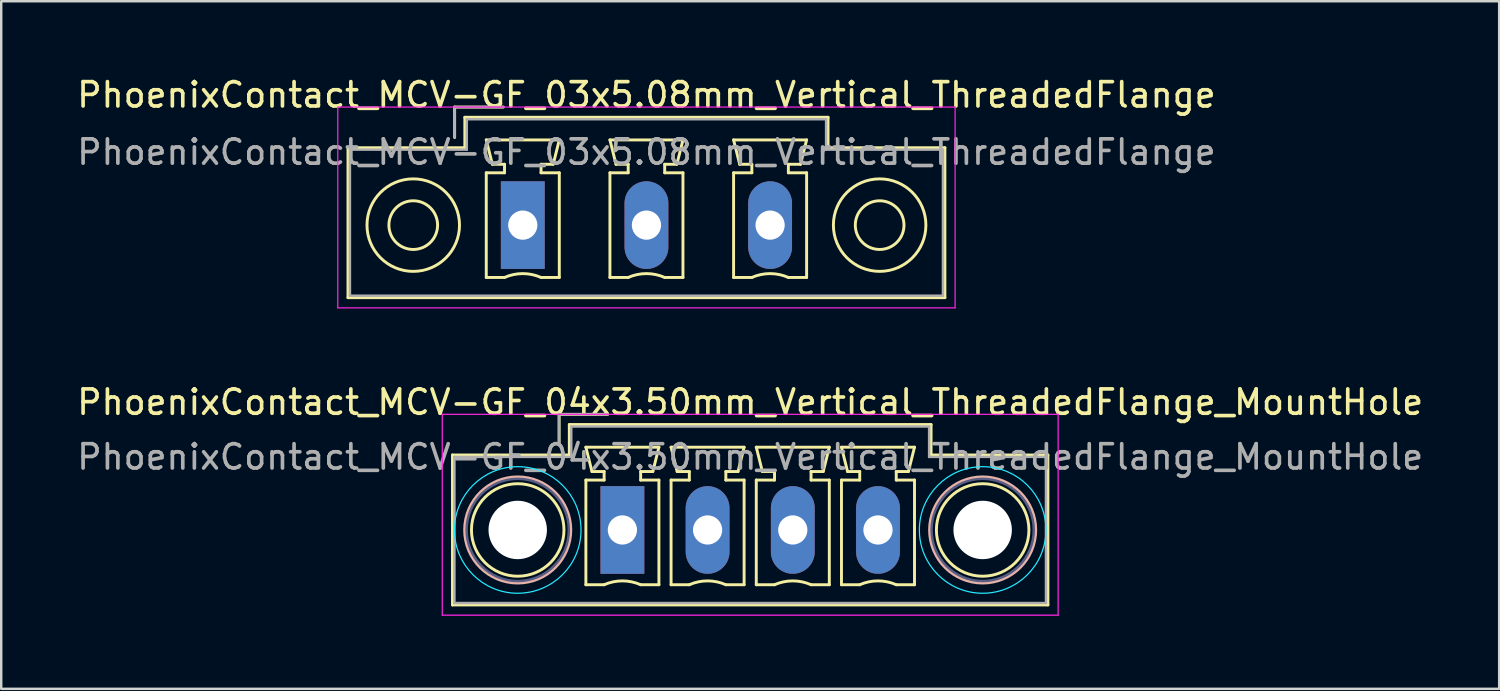
<source format=kicad_pcb>
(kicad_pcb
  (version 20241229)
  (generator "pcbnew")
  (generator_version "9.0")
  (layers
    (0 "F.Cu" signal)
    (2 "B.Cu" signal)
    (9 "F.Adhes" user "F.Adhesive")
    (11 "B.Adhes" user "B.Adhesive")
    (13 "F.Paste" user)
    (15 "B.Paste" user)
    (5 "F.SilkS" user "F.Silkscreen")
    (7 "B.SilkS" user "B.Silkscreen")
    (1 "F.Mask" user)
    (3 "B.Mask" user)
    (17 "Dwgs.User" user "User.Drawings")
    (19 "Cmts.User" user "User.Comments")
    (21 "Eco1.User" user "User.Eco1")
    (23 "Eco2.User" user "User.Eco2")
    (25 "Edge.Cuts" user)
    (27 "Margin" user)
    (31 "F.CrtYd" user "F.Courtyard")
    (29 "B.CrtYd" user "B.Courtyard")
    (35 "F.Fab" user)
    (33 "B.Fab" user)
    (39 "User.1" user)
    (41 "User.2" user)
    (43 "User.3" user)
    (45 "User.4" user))
  (footprint "PhoenixContact_MCV-GF_04x3.50mm_Vertical_ThreadedFlange_MountHole"
    (layer "F.Cu")
    (at 22.518 18.721)
    (property "Reference" "PhoenixContact_MCV-GF_04x3.50mm_Vertical_ThreadedFlange_MountHole" (at 5.25 -5.25 0) (layer "F.SilkS") (effects (font (size 1 1) (thickness 0.15))))
    (attr through_hole)
    (fp_line (start -6.98 -3.08) (end -6.98 3.08) (stroke (width 0.12) (type solid)) (layer "F.SilkS"))
    (fp_line (start -6.98 3.08) (end 17.48 3.08) (stroke (width 0.12) (type solid)) (layer "F.SilkS"))
    (fp_line (start -2.6 -4.75) (end -0.6 -4.75) (stroke (width 0.12) (type solid)) (layer "F.SilkS"))
    (fp_line (start -2.6 -3.5) (end -2.6 -4.75) (stroke (width 0.12) (type solid)) (layer "F.SilkS"))
    (fp_line (start -2.18 -4.33) (end -2.18 -3.08) (stroke (width 0.12) (type solid)) (layer "F.SilkS"))
    (fp_line (start -2.18 -3.08) (end -6.98 -3.08) (stroke (width 0.12) (type solid)) (layer "F.SilkS"))
    (fp_line (start -1.5 -3.4) (end 1.5 -3.4) (stroke (width 0.12) (type solid)) (layer "F.SilkS"))
    (fp_line (start -1.5 -2.05) (end -0.75 -2.05) (stroke (width 0.12) (type solid)) (layer "F.SilkS"))
    (fp_line (start -1.5 2.25) (end -1.5 -2.05) (stroke (width 0.12) (type solid)) (layer "F.SilkS"))
    (fp_line (start -1.25 -2.4) (end -1.5 -3.4) (stroke (width 0.12) (type solid)) (layer "F.SilkS"))
    (fp_line (start -0.75 -2.4) (end -1.25 -2.4) (stroke (width 0.12) (type solid)) (layer "F.SilkS"))
    (fp_line (start -0.75 -2.05) (end -0.75 -2.4) (stroke (width 0.12) (type solid)) (layer "F.SilkS"))
    (fp_line (start -0.75 2.25) (end -1.5 2.25) (stroke (width 0.12) (type solid)) (layer "F.SilkS"))
    (fp_line (start 0.75 -2.4) (end 0.75 -2.05) (stroke (width 0.12) (type solid)) (layer "F.SilkS"))
    (fp_line (start 0.75 -2.05) (end 1.5 -2.05) (stroke (width 0.12) (type solid)) (layer "F.SilkS"))
    (fp_line (start 1.25 -2.4) (end 0.75 -2.4) (stroke (width 0.12) (type solid)) (layer "F.SilkS"))
    (fp_line (start 1.5 -3.4) (end 1.25 -2.4) (stroke (width 0.12) (type solid)) (layer "F.SilkS"))
    (fp_line (start 1.5 -2.05) (end 1.5 2.25) (stroke (width 0.12) (type solid)) (layer "F.SilkS"))
    (fp_line (start 1.5 2.25) (end 0.75 2.25) (stroke (width 0.12) (type solid)) (layer "F.SilkS"))
    (fp_line (start 2 -3.4) (end 5 -3.4) (stroke (width 0.12) (type solid)) (layer "F.SilkS"))
    (fp_line (start 2 -2.05) (end 2.75 -2.05) (stroke (width 0.12) (type solid)) (layer "F.SilkS"))
    (fp_line (start 2 2.25) (end 2 -2.05) (stroke (width 0.12) (type solid)) (layer "F.SilkS"))
    (fp_line (start 2.25 -2.4) (end 2 -3.4) (stroke (width 0.12) (type solid)) (layer "F.SilkS"))
    (fp_line (start 2.75 -2.4) (end 2.25 -2.4) (stroke (width 0.12) (type solid)) (layer "F.SilkS"))
    (fp_line (start 2.75 -2.05) (end 2.75 -2.4) (stroke (width 0.12) (type solid)) (layer "F.SilkS"))
    (fp_line (start 2.75 2.25) (end 2 2.25) (stroke (width 0.12) (type solid)) (layer "F.SilkS"))
    (fp_line (start 4.25 -2.4) (end 4.25 -2.05) (stroke (width 0.12) (type solid)) (layer "F.SilkS"))
    (fp_line (start 4.25 -2.05) (end 5 -2.05) (stroke (width 0.12) (type solid)) (layer "F.SilkS"))
    (fp_line (start 4.75 -2.4) (end 4.25 -2.4) (stroke (width 0.12) (type solid)) (layer "F.SilkS"))
    (fp_line (start 5 -3.4) (end 4.75 -2.4) (stroke (width 0.12) (type solid)) (layer "F.SilkS"))
    (fp_line (start 5 -2.05) (end 5 2.25) (stroke (width 0.12) (type solid)) (layer "F.SilkS"))
    (fp_line (start 5 2.25) (end 4.25 2.25) (stroke (width 0.12) (type solid)) (layer "F.SilkS"))
    (fp_line (start 5.5 -3.4) (end 8.5 -3.4) (stroke (width 0.12) (type solid)) (layer "F.SilkS"))
    (fp_line (start 5.5 -2.05) (end 6.25 -2.05) (stroke (width 0.12) (type solid)) (layer "F.SilkS"))
    (fp_line (start 5.5 2.25) (end 5.5 -2.05) (stroke (width 0.12) (type solid)) (layer "F.SilkS"))
    (fp_line (start 5.75 -2.4) (end 5.5 -3.4) (stroke (width 0.12) (type solid)) (layer "F.SilkS"))
    (fp_line (start 6.25 -2.4) (end 5.75 -2.4) (stroke (width 0.12) (type solid)) (layer "F.SilkS"))
    (fp_line (start 6.25 -2.05) (end 6.25 -2.4) (stroke (width 0.12) (type solid)) (layer "F.SilkS"))
    (fp_line (start 6.25 2.25) (end 5.5 2.25) (stroke (width 0.12) (type solid)) (layer "F.SilkS"))
    (fp_line (start 7.75 -2.4) (end 7.75 -2.05) (stroke (width 0.12) (type solid)) (layer "F.SilkS"))
    (fp_line (start 7.75 -2.05) (end 8.5 -2.05) (stroke (width 0.12) (type solid)) (layer "F.SilkS"))
    (fp_line (start 8.25 -2.4) (end 7.75 -2.4) (stroke (width 0.12) (type solid)) (layer "F.SilkS"))
    (fp_line (start 8.5 -3.4) (end 8.25 -2.4) (stroke (width 0.12) (type solid)) (layer "F.SilkS"))
    (fp_line (start 8.5 -2.05) (end 8.5 2.25) (stroke (width 0.12) (type solid)) (layer "F.SilkS"))
    (fp_line (start 8.5 2.25) (end 7.75 2.25) (stroke (width 0.12) (type solid)) (layer "F.SilkS"))
    (fp_line (start 9 -3.4) (end 12 -3.4) (stroke (width 0.12) (type solid)) (layer "F.SilkS"))
    (fp_line (start 9 -2.05) (end 9.75 -2.05) (stroke (width 0.12) (type solid)) (layer "F.SilkS"))
    (fp_line (start 9 2.25) (end 9 -2.05) (stroke (width 0.12) (type solid)) (layer "F.SilkS"))
    (fp_line (start 9.25 -2.4) (end 9 -3.4) (stroke (width 0.12) (type solid)) (layer "F.SilkS"))
    (fp_line (start 9.75 -2.4) (end 9.25 -2.4) (stroke (width 0.12) (type solid)) (layer "F.SilkS"))
    (fp_line (start 9.75 -2.05) (end 9.75 -2.4) (stroke (width 0.12) (type solid)) (layer "F.SilkS"))
    (fp_line (start 9.75 2.25) (end 9 2.25) (stroke (width 0.12) (type solid)) (layer "F.SilkS"))
    (fp_line (start 11.25 -2.4) (end 11.25 -2.05) (stroke (width 0.12) (type solid)) (layer "F.SilkS"))
    (fp_line (start 11.25 -2.05) (end 12 -2.05) (stroke (width 0.12) (type solid)) (layer "F.SilkS"))
    (fp_line (start 11.75 -2.4) (end 11.25 -2.4) (stroke (width 0.12) (type solid)) (layer "F.SilkS"))
    (fp_line (start 12 -3.4) (end 11.75 -2.4) (stroke (width 0.12) (type solid)) (layer "F.SilkS"))
    (fp_line (start 12 -2.05) (end 12 2.25) (stroke (width 0.12) (type solid)) (layer "F.SilkS"))
    (fp_line (start 12 2.25) (end 11.25 2.25) (stroke (width 0.12) (type solid)) (layer "F.SilkS"))
    (fp_line (start 12.68 -4.33) (end -2.18 -4.33) (stroke (width 0.12) (type solid)) (layer "F.SilkS"))
    (fp_line (start 12.68 -3.08) (end 12.68 -4.33) (stroke (width 0.12) (type solid)) (layer "F.SilkS"))
    (fp_line (start 17.48 -3.08) (end 12.68 -3.08) (stroke (width 0.12) (type solid)) (layer "F.SilkS"))
    (fp_line (start 17.48 3.08) (end 17.48 -3.08) (stroke (width 0.12) (type solid)) (layer "F.SilkS"))
    (fp_arc (start -0.75 2.25) (mid -0.000193 2.09191) (end 0.749647 2.249844) (stroke (width 0.12) (type solid)) (layer "F.SilkS"))
    (fp_arc (start 2.75 2.25) (mid 3.499807 2.09191) (end 4.249647 2.249844) (stroke (width 0.12) (type solid)) (layer "F.SilkS"))
    (fp_arc (start 6.25 2.25) (mid 6.999807 2.09191) (end 7.749647 2.249844) (stroke (width 0.12) (type solid)) (layer "F.SilkS"))
    (fp_arc (start 9.75 2.25) (mid 10.499807 2.09191) (end 11.249647 2.249844) (stroke (width 0.12) (type solid)) (layer "F.SilkS"))
    (fp_circle (center -4.3 0) (end -2.4 0) (stroke (width 0.12) (type solid)) (fill no) (layer "F.SilkS"))
    (fp_circle (center 14.8 0) (end 16.7 0) (stroke (width 0.12) (type solid)) (fill no) (layer "F.SilkS"))
    (fp_circle (center -4.3 0) (end -2.12 0) (stroke (width 0.12) (type solid)) (fill no) (layer "B.SilkS"))
    (fp_circle (center 14.8 0) (end 16.98 0) (stroke (width 0.12) (type solid)) (fill no) (layer "B.SilkS"))
    (fp_circle (center -4.3 0) (end -1.7 0) (stroke (width 0.05) (type solid)) (fill no) (layer "B.CrtYd"))
    (fp_circle (center 14.8 0) (end 17.4 0) (stroke (width 0.05) (type solid)) (fill no) (layer "B.CrtYd"))
    (fp_line (start -7.4 -4.75) (end -7.4 3.5) (stroke (width 0.05) (type solid)) (layer "F.CrtYd"))
    (fp_line (start -7.4 3.5) (end 17.9 3.5) (stroke (width 0.05) (type solid)) (layer "F.CrtYd"))
    (fp_line (start 17.9 -4.75) (end -7.4 -4.75) (stroke (width 0.05) (type solid)) (layer "F.CrtYd"))
    (fp_line (start 17.9 3.5) (end 17.9 -4.75) (stroke (width 0.05) (type solid)) (layer "F.CrtYd"))
    (fp_circle (center -4.3 0) (end -2.2 0) (stroke (width 0.1) (type solid)) (fill no) (layer "B.Fab"))
    (fp_circle (center 14.8 0) (end 16.9 0) (stroke (width 0.1) (type solid)) (fill no) (layer "B.Fab"))
    (fp_line (start -6.9 -3) (end -6.9 3) (stroke (width 0.1) (type solid)) (layer "F.Fab"))
    (fp_line (start -6.9 3) (end 17.4 3) (stroke (width 0.1) (type solid)) (layer "F.Fab"))
    (fp_line (start -2.6 -4.75) (end -0.6 -4.75) (stroke (width 0.1) (type solid)) (layer "F.Fab"))
    (fp_line (start -2.6 -3.5) (end -2.6 -4.75) (stroke (width 0.1) (type solid)) (layer "F.Fab"))
    (fp_line (start -2.1 -4.25) (end -2.1 -3) (stroke (width 0.1) (type solid)) (layer "F.Fab"))
    (fp_line (start -2.1 -3) (end -6.9 -3) (stroke (width 0.1) (type solid)) (layer "F.Fab"))
    (fp_line (start 12.6 -4.25) (end -2.1 -4.25) (stroke (width 0.1) (type solid)) (layer "F.Fab"))
    (fp_line (start 12.6 -3) (end 12.6 -4.25) (stroke (width 0.1) (type solid)) (layer "F.Fab"))
    (fp_line (start 17.4 -3) (end 12.6 -3) (stroke (width 0.1) (type solid)) (layer "F.Fab"))
    (fp_line (start 17.4 3) (end 17.4 -3) (stroke (width 0.1) (type solid)) (layer "F.Fab"))
    (fp_text user "${REFERENCE}" (at 5.25 -3 0) (layer "F.Fab") (effects (font (size 1 1) (thickness 0.15))))
    (pad "" np_thru_hole circle (at -4.3 0) (size 2.4 2.4) (drill 2.4) (layers "*.Cu" "*.Mask"))
    (pad "" np_thru_hole circle (at 14.8 0) (size 2.4 2.4) (drill 2.4) (layers "*.Cu" "*.Mask"))
    (pad "1" thru_hole rect (at 0 0) (size 1.8 3.6) (drill 1.2) (layers "*.Cu" "*.Mask"))
    (pad "2" thru_hole oval (at 3.5 0) (size 1.8 3.6) (drill 1.2) (layers "*.Cu" "*.Mask"))
    (pad "3" thru_hole oval (at 7 0) (size 1.8 3.6) (drill 1.2) (layers "*.Cu" "*.Mask"))
    (pad "4" thru_hole oval (at 10.5 0) (size 1.8 3.6) (drill 1.2) (layers "*.Cu" "*.Mask")))
  (footprint "PhoenixContact_MCV-GF_03x5.08mm_Vertical_ThreadedFlange"
    (layer "F.Cu")
    (at 18.426 6.198)
    (property "Reference" "PhoenixContact_MCV-GF_03x5.08mm_Vertical_ThreadedFlange" (at 5.08 -5.35 0) (layer "F.SilkS") (effects (font (size 1 1) (thickness 0.15))))
    (attr through_hole)
    (fp_line (start -7.18 -3.18) (end -7.18 2.98) (stroke (width 0.12) (type solid)) (layer "F.SilkS"))
    (fp_line (start -7.18 2.98) (end 17.34 2.98) (stroke (width 0.12) (type solid)) (layer "F.SilkS"))
    (fp_line (start -2.8 -4.85) (end -0.8 -4.85) (stroke (width 0.12) (type solid)) (layer "F.SilkS"))
    (fp_line (start -2.8 -3.6) (end -2.8 -4.85) (stroke (width 0.12) (type solid)) (layer "F.SilkS"))
    (fp_line (start -2.38 -4.43) (end -2.38 -3.18) (stroke (width 0.12) (type solid)) (layer "F.SilkS"))
    (fp_line (start -2.38 -3.18) (end -7.18 -3.18) (stroke (width 0.12) (type solid)) (layer "F.SilkS"))
    (fp_line (start -1.5 -3.5) (end 1.5 -3.5) (stroke (width 0.12) (type solid)) (layer "F.SilkS"))
    (fp_line (start -1.5 -2.15) (end -0.75 -2.15) (stroke (width 0.12) (type solid)) (layer "F.SilkS"))
    (fp_line (start -1.5 2.15) (end -1.5 -2.15) (stroke (width 0.12) (type solid)) (layer "F.SilkS"))
    (fp_line (start -1.25 -2.5) (end -1.5 -3.5) (stroke (width 0.12) (type solid)) (layer "F.SilkS"))
    (fp_line (start -0.75 -2.5) (end -1.25 -2.5) (stroke (width 0.12) (type solid)) (layer "F.SilkS"))
    (fp_line (start -0.75 -2.15) (end -0.75 -2.5) (stroke (width 0.12) (type solid)) (layer "F.SilkS"))
    (fp_line (start -0.75 2.15) (end -1.5 2.15) (stroke (width 0.12) (type solid)) (layer "F.SilkS"))
    (fp_line (start 0.75 -2.5) (end 0.75 -2.15) (stroke (width 0.12) (type solid)) (layer "F.SilkS"))
    (fp_line (start 0.75 -2.15) (end 1.5 -2.15) (stroke (width 0.12) (type solid)) (layer "F.SilkS"))
    (fp_line (start 1.25 -2.5) (end 0.75 -2.5) (stroke (width 0.12) (type solid)) (layer "F.SilkS"))
    (fp_line (start 1.5 -3.5) (end 1.25 -2.5) (stroke (width 0.12) (type solid)) (layer "F.SilkS"))
    (fp_line (start 1.5 -2.15) (end 1.5 2.15) (stroke (width 0.12) (type solid)) (layer "F.SilkS"))
    (fp_line (start 1.5 2.15) (end 0.75 2.15) (stroke (width 0.12) (type solid)) (layer "F.SilkS"))
    (fp_line (start 3.58 -3.5) (end 6.58 -3.5) (stroke (width 0.12) (type solid)) (layer "F.SilkS"))
    (fp_line (start 3.58 -2.15) (end 4.33 -2.15) (stroke (width 0.12) (type solid)) (layer "F.SilkS"))
    (fp_line (start 3.58 2.15) (end 3.58 -2.15) (stroke (width 0.12) (type solid)) (layer "F.SilkS"))
    (fp_line (start 3.83 -2.5) (end 3.58 -3.5) (stroke (width 0.12) (type solid)) (layer "F.SilkS"))
    (fp_line (start 4.33 -2.5) (end 3.83 -2.5) (stroke (width 0.12) (type solid)) (layer "F.SilkS"))
    (fp_line (start 4.33 -2.15) (end 4.33 -2.5) (stroke (width 0.12) (type solid)) (layer "F.SilkS"))
    (fp_line (start 4.33 2.15) (end 3.58 2.15) (stroke (width 0.12) (type solid)) (layer "F.SilkS"))
    (fp_line (start 5.83 -2.5) (end 5.83 -2.15) (stroke (width 0.12) (type solid)) (layer "F.SilkS"))
    (fp_line (start 5.83 -2.15) (end 6.58 -2.15) (stroke (width 0.12) (type solid)) (layer "F.SilkS"))
    (fp_line (start 6.33 -2.5) (end 5.83 -2.5) (stroke (width 0.12) (type solid)) (layer "F.SilkS"))
    (fp_line (start 6.58 -3.5) (end 6.33 -2.5) (stroke (width 0.12) (type solid)) (layer "F.SilkS"))
    (fp_line (start 6.58 -2.15) (end 6.58 2.15) (stroke (width 0.12) (type solid)) (layer "F.SilkS"))
    (fp_line (start 6.58 2.15) (end 5.83 2.15) (stroke (width 0.12) (type solid)) (layer "F.SilkS"))
    (fp_line (start 8.66 -3.5) (end 11.66 -3.5) (stroke (width 0.12) (type solid)) (layer "F.SilkS"))
    (fp_line (start 8.66 -2.15) (end 9.41 -2.15) (stroke (width 0.12) (type solid)) (layer "F.SilkS"))
    (fp_line (start 8.66 2.15) (end 8.66 -2.15) (stroke (width 0.12) (type solid)) (layer "F.SilkS"))
    (fp_line (start 8.91 -2.5) (end 8.66 -3.5) (stroke (width 0.12) (type solid)) (layer "F.SilkS"))
    (fp_line (start 9.41 -2.5) (end 8.91 -2.5) (stroke (width 0.12) (type solid)) (layer "F.SilkS"))
    (fp_line (start 9.41 -2.15) (end 9.41 -2.5) (stroke (width 0.12) (type solid)) (layer "F.SilkS"))
    (fp_line (start 9.41 2.15) (end 8.66 2.15) (stroke (width 0.12) (type solid)) (layer "F.SilkS"))
    (fp_line (start 10.91 -2.5) (end 10.91 -2.15) (stroke (width 0.12) (type solid)) (layer "F.SilkS"))
    (fp_line (start 10.91 -2.15) (end 11.66 -2.15) (stroke (width 0.12) (type solid)) (layer "F.SilkS"))
    (fp_line (start 11.41 -2.5) (end 10.91 -2.5) (stroke (width 0.12) (type solid)) (layer "F.SilkS"))
    (fp_line (start 11.66 -3.5) (end 11.41 -2.5) (stroke (width 0.12) (type solid)) (layer "F.SilkS"))
    (fp_line (start 11.66 -2.15) (end 11.66 2.15) (stroke (width 0.12) (type solid)) (layer "F.SilkS"))
    (fp_line (start 11.66 2.15) (end 10.91 2.15) (stroke (width 0.12) (type solid)) (layer "F.SilkS"))
    (fp_line (start 12.54 -4.43) (end -2.38 -4.43) (stroke (width 0.12) (type solid)) (layer "F.SilkS"))
    (fp_line (start 12.54 -3.18) (end 12.54 -4.43) (stroke (width 0.12) (type solid)) (layer "F.SilkS"))
    (fp_line (start 17.34 -3.18) (end 12.54 -3.18) (stroke (width 0.12) (type solid)) (layer "F.SilkS"))
    (fp_line (start 17.34 2.98) (end 17.34 -3.18) (stroke (width 0.12) (type solid)) (layer "F.SilkS"))
    (fp_arc (start -0.75 2.15) (mid -0.000193 1.99191) (end 0.749647 2.149844) (stroke (width 0.12) (type solid)) (layer "F.SilkS"))
    (fp_arc (start 4.33 2.15) (mid 5.079807 1.99191) (end 5.829647 2.149844) (stroke (width 0.12) (type solid)) (layer "F.SilkS"))
    (fp_arc (start 9.41 2.15) (mid 10.159807 1.99191) (end 10.909647 2.149844) (stroke (width 0.12) (type solid)) (layer "F.SilkS"))
    (fp_circle (center -4.5 0) (end -3.5 0) (stroke (width 0.12) (type solid)) (fill no) (layer "F.SilkS"))
    (fp_circle (center -4.5 0) (end -2.6 0) (stroke (width 0.12) (type solid)) (fill no) (layer "F.SilkS"))
    (fp_circle (center 14.66 0) (end 15.66 0) (stroke (width 0.12) (type solid)) (fill no) (layer "F.SilkS"))
    (fp_circle (center 14.66 0) (end 16.56 0) (stroke (width 0.12) (type solid)) (fill no) (layer "F.SilkS"))
    (fp_line (start -7.6 -4.85) (end -7.6 3.4) (stroke (width 0.05) (type solid)) (layer "F.CrtYd"))
    (fp_line (start -7.6 3.4) (end 17.76 3.4) (stroke (width 0.05) (type solid)) (layer "F.CrtYd"))
    (fp_line (start 17.76 -4.85) (end -7.6 -4.85) (stroke (width 0.05) (type solid)) (layer "F.CrtYd"))
    (fp_line (start 17.76 3.4) (end 17.76 -4.85) (stroke (width 0.05) (type solid)) (layer "F.CrtYd"))
    (fp_line (start -7.1 -3.1) (end -7.1 2.9) (stroke (width 0.1) (type solid)) (layer "F.Fab"))
    (fp_line (start -7.1 2.9) (end 17.26 2.9) (stroke (width 0.1) (type solid)) (layer "F.Fab"))
    (fp_line (start -2.8 -4.85) (end -0.8 -4.85) (stroke (width 0.1) (type solid)) (layer "F.Fab"))
    (fp_line (start -2.8 -3.6) (end -2.8 -4.85) (stroke (width 0.1) (type solid)) (layer "F.Fab"))
    (fp_line (start -2.3 -4.35) (end -2.3 -3.1) (stroke (width 0.1) (type solid)) (layer "F.Fab"))
    (fp_line (start -2.3 -3.1) (end -7.1 -3.1) (stroke (width 0.1) (type solid)) (layer "F.Fab"))
    (fp_line (start 12.46 -4.35) (end -2.3 -4.35) (stroke (width 0.1) (type solid)) (layer "F.Fab"))
    (fp_line (start 12.46 -3.1) (end 12.46 -4.35) (stroke (width 0.1) (type solid)) (layer "F.Fab"))
    (fp_line (start 17.26 -3.1) (end 12.46 -3.1) (stroke (width 0.1) (type solid)) (layer "F.Fab"))
    (fp_line (start 17.26 2.9) (end 17.26 -3.1) (stroke (width 0.1) (type solid)) (layer "F.Fab"))
    (fp_text user "${REFERENCE}" (at 5.08 -3 0) (layer "F.Fab") (effects (font (size 1 1) (thickness 0.15))))
    (pad "1" thru_hole rect (at 0 0) (size 1.8 3.6) (drill 1.2) (layers "*.Cu" "*.Mask"))
    (pad "2" thru_hole oval (at 5.08 0) (size 1.8 3.6) (drill 1.2) (layers "*.Cu" "*.Mask"))
    (pad "3" thru_hole oval (at 10.16 0) (size 1.8 3.6) (drill 1.2) (layers "*.Cu" "*.Mask")))
  (gr_rect
    (start -3 -3)
    (end 58.536 25.247)
    (stroke (width 0.1) (type default))
    (fill no)
    (layer "Edge.Cuts")))
</source>
